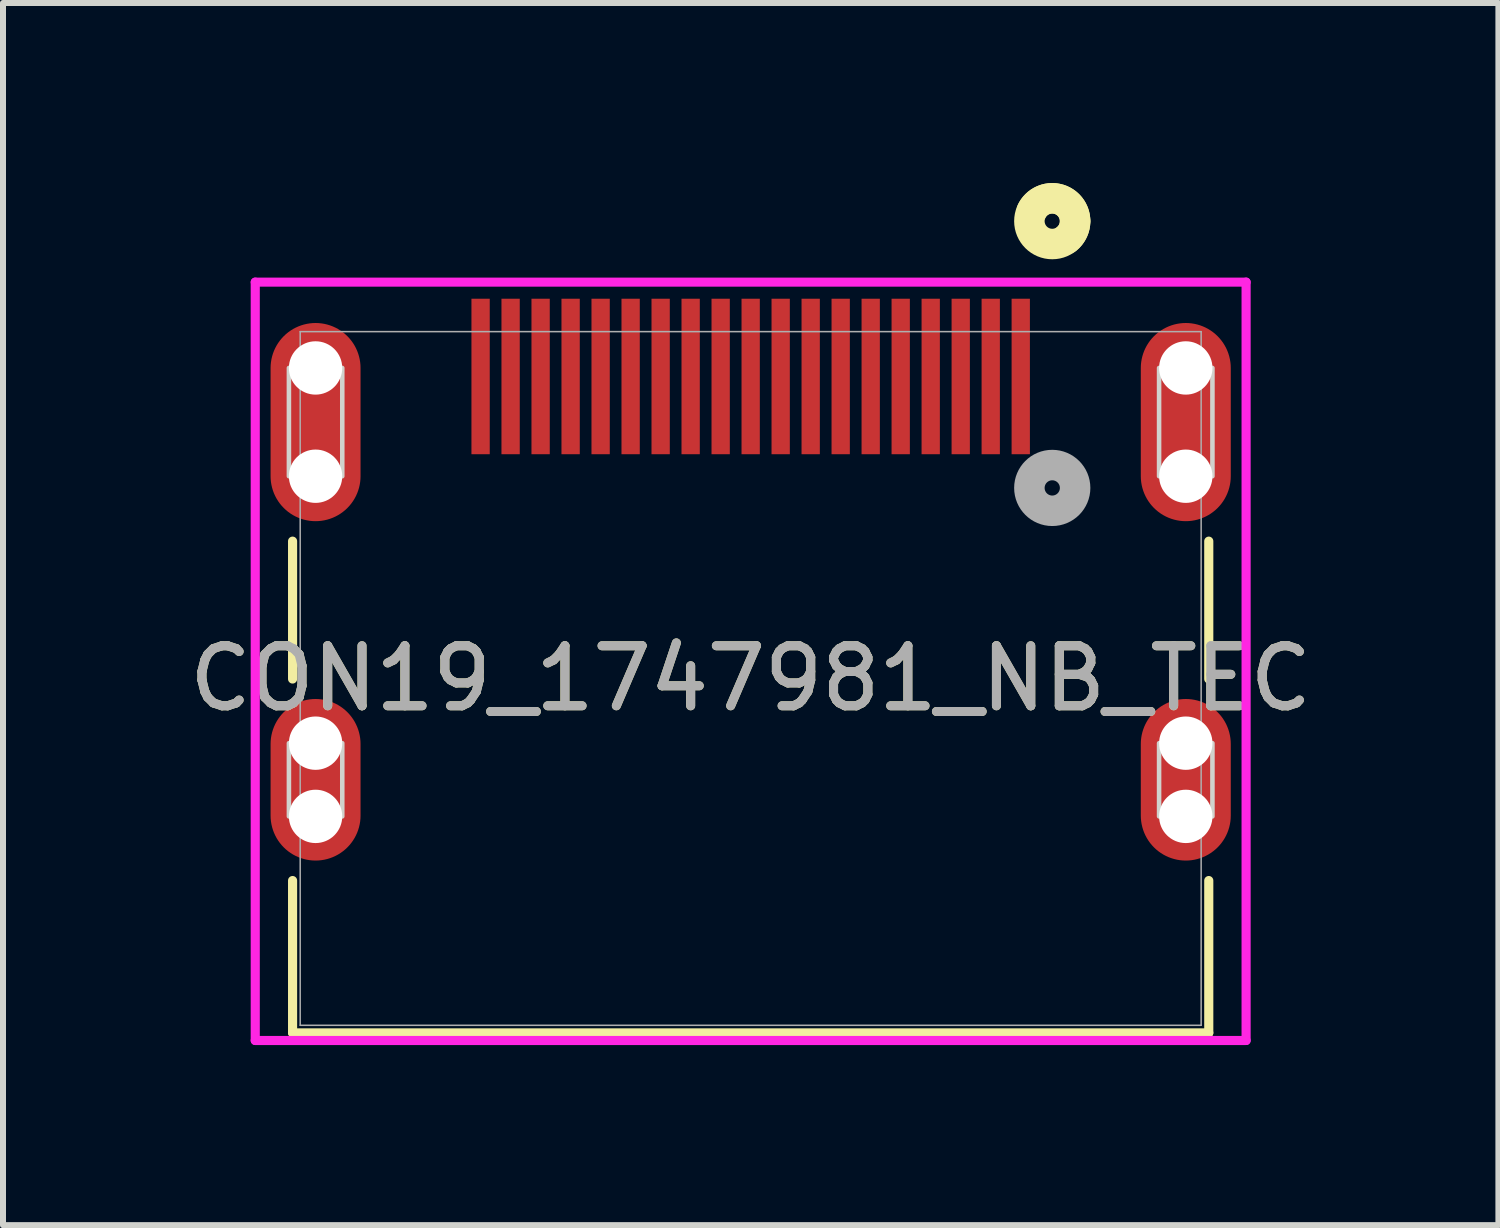
<source format=kicad_pcb>
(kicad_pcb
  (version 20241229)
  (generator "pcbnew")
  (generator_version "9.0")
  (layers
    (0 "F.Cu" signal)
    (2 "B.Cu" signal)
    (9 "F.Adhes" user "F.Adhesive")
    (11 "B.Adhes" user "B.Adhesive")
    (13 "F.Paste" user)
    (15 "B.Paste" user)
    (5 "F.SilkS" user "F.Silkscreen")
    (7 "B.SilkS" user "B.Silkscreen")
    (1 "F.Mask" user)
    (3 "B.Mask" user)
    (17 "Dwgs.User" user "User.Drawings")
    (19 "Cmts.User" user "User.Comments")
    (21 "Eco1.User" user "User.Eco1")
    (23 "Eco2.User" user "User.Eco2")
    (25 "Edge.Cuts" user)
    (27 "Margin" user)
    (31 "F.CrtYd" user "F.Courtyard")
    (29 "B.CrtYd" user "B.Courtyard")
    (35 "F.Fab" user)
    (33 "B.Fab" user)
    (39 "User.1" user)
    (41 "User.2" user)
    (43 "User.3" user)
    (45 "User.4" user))
  (footprint "CON19_1747981_NB_TEC"
    (layer "F.Cu")
    (at 9.458 8.255)
    (property "Reference" "CON19_1747981_NB_TEC" (at 0 0 0) (unlocked yes) (layer "F.SilkS") (effects (font (size 1 1) (thickness 0.15))))
    (attr smd)
    (fp_line (start -7.633 -2.288) (end -7.633 0.009) (stroke (width 0.152) (type solid)) (layer "F.SilkS"))
    (fp_line (start -7.633 3.367) (end -7.633 5.905) (stroke (width 0.152) (type solid)) (layer "F.SilkS"))
    (fp_line (start -7.633 5.905) (end 7.633 5.905) (stroke (width 0.152) (type solid)) (layer "F.SilkS"))
    (fp_line (start 7.633 0.009) (end 7.633 -2.288) (stroke (width 0.152) (type solid)) (layer "F.SilkS"))
    (fp_line (start 7.633 5.905) (end 7.633 3.367) (stroke (width 0.152) (type solid)) (layer "F.SilkS"))
    (fp_arc (start 4.683404 -7.78874) (mid 5.11164 -7.991018) (end 5.406 -7.62) (stroke (width 0.508) (type solid)) (layer "F.SilkS"))
    (fp_arc (start 5.406 -7.62) (mid 5.368967 -7.456148) (end 5.265067 -7.324148) (stroke (width 0.508) (type solid)) (layer "F.SilkS"))
    (fp_circle (center 5.025 -7.62) (end 5.406 -7.62) (stroke (width 0.508) (type solid)) (fill no) (layer "F.SilkS"))
    (fp_line (start -7.694 -5.174) (end -7.694 -3.37) (stroke (width 0.076) (type solid)) (layer "Edge.Cuts"))
    (fp_line (start -7.694 1.078) (end -7.694 2.298) (stroke (width 0.076) (type solid)) (layer "Edge.Cuts"))
    (fp_line (start -6.805 -5.174) (end -6.805 -3.37) (stroke (width 0.076) (type solid)) (layer "Edge.Cuts"))
    (fp_line (start -6.805 1.078) (end -6.805 2.298) (stroke (width 0.076) (type solid)) (layer "Edge.Cuts"))
    (fp_line (start 6.805 -5.174) (end 6.805 -3.37) (stroke (width 0.076) (type solid)) (layer "Edge.Cuts"))
    (fp_line (start 6.805 1.078) (end 6.805 2.298) (stroke (width 0.076) (type solid)) (layer "Edge.Cuts"))
    (fp_line (start 7.694 -5.174) (end 7.694 -3.37) (stroke (width 0.076) (type solid)) (layer "Edge.Cuts"))
    (fp_line (start 7.694 1.078) (end 7.694 2.298) (stroke (width 0.076) (type solid)) (layer "Edge.Cuts"))
    (fp_line (start -8.255 -6.604) (end -8.255 6.032) (stroke (width 0.152) (type solid)) (layer "F.CrtYd"))
    (fp_line (start -8.255 6.032) (end 8.255 6.032) (stroke (width 0.152) (type solid)) (layer "F.CrtYd"))
    (fp_line (start 8.255 -6.604) (end -8.255 -6.604) (stroke (width 0.152) (type solid)) (layer "F.CrtYd"))
    (fp_line (start 8.255 6.032) (end 8.255 -6.604) (stroke (width 0.152) (type solid)) (layer "F.CrtYd"))
    (fp_line (start -7.506 -5.779) (end -7.506 5.779) (stroke (width 0.025) (type solid)) (layer "F.Fab"))
    (fp_line (start -7.506 5.779) (end 7.506 5.779) (stroke (width 0.025) (type solid)) (layer "F.Fab"))
    (fp_line (start 7.506 -5.779) (end -7.506 -5.779) (stroke (width 0.025) (type solid)) (layer "F.Fab"))
    (fp_line (start 7.506 5.779) (end 7.506 -5.779) (stroke (width 0.025) (type solid)) (layer "F.Fab"))
    (fp_circle (center 5.025 -3.175) (end 5.406 -3.175) (stroke (width 0.508) (type solid)) (fill no) (layer "F.Fab"))
    (fp_text user "${REFERENCE}" (at 0 0 0) (unlocked yes) (layer "F.Fab") (effects (font (size 1 1) (thickness 0.15))))
    (pad "" np_thru_hole circle (at -7.25 -5.174) (size 0.889 0.889) (drill 0.889) (layers "*.Cu" "*.Mask"))
    (pad "" np_thru_hole circle (at -7.25 -3.37) (size 0.889 0.889) (drill 0.889) (layers "*.Cu" "*.Mask"))
    (pad "" np_thru_hole circle (at -7.25 1.078) (size 0.889 0.889) (drill 0.889) (layers "*.Cu" "*.Mask"))
    (pad "" np_thru_hole circle (at -7.25 2.298) (size 0.889 0.889) (drill 0.889) (layers "*.Cu" "*.Mask"))
    (pad "" np_thru_hole circle (at 7.25 -5.174) (size 0.889 0.889) (drill 0.889) (layers "*.Cu" "*.Mask"))
    (pad "" np_thru_hole circle (at 7.25 -3.37) (size 0.889 0.889) (drill 0.889) (layers "*.Cu" "*.Mask"))
    (pad "" np_thru_hole circle (at 7.25 1.078) (size 0.889 0.889) (drill 0.889) (layers "*.Cu" "*.Mask"))
    (pad "" np_thru_hole circle (at 7.25 2.298) (size 0.889 0.889) (drill 0.889) (layers "*.Cu" "*.Mask"))
    (pad "1" smd rect (at 4.5 -5.032) (size 0.305 2.591) (layers "F.Cu" "F.Mask" "F.Paste"))
    (pad "2" smd rect (at 4 -5.032) (size 0.305 2.591) (layers "F.Cu" "F.Mask" "F.Paste"))
    (pad "3" smd rect (at 3.5 -5.032) (size 0.305 2.591) (layers "F.Cu" "F.Mask" "F.Paste"))
    (pad "4" smd rect (at 3 -5.032) (size 0.305 2.591) (layers "F.Cu" "F.Mask" "F.Paste"))
    (pad "5" smd rect (at 2.5 -5.032) (size 0.305 2.591) (layers "F.Cu" "F.Mask" "F.Paste"))
    (pad "6" smd rect (at 2 -5.032) (size 0.305 2.591) (layers "F.Cu" "F.Mask" "F.Paste"))
    (pad "7" smd rect (at 1.5 -5.032) (size 0.305 2.591) (layers "F.Cu" "F.Mask" "F.Paste"))
    (pad "8" smd rect (at 1 -5.032) (size 0.305 2.591) (layers "F.Cu" "F.Mask" "F.Paste"))
    (pad "9" smd rect (at 0.5 -5.032) (size 0.305 2.591) (layers "F.Cu" "F.Mask" "F.Paste"))
    (pad "10" smd rect (at 0 -5.032) (size 0.305 2.591) (layers "F.Cu" "F.Mask" "F.Paste"))
    (pad "11" smd rect (at -0.5 -5.032) (size 0.305 2.591) (layers "F.Cu" "F.Mask" "F.Paste"))
    (pad "12" smd rect (at -1 -5.032) (size 0.305 2.591) (layers "F.Cu" "F.Mask" "F.Paste"))
    (pad "13" smd rect (at -1.5 -5.032) (size 0.305 2.591) (layers "F.Cu" "F.Mask" "F.Paste"))
    (pad "14" smd rect (at -2 -5.032) (size 0.305 2.591) (layers "F.Cu" "F.Mask" "F.Paste"))
    (pad "15" smd rect (at -2.5 -5.032) (size 0.305 2.591) (layers "F.Cu" "F.Mask" "F.Paste"))
    (pad "16" smd rect (at -3 -5.032) (size 0.305 2.591) (layers "F.Cu" "F.Mask" "F.Paste"))
    (pad "17" smd rect (at -3.5 -5.032) (size 0.305 2.591) (layers "F.Cu" "F.Mask" "F.Paste"))
    (pad "18" smd rect (at -4 -5.032) (size 0.305 2.591) (layers "F.Cu" "F.Mask" "F.Paste"))
    (pad "19" smd rect (at -4.5 -5.032) (size 0.305 2.591) (layers "F.Cu" "F.Mask" "F.Paste"))
    (pad "20" smd oval (at -7.25 -4.272) (size 1.499 3.302) (layers "F.Cu" "F.Mask" "F.Paste"))
    (pad "21" smd oval (at 7.25 -4.272) (size 1.499 3.302) (layers "F.Cu" "F.Mask" "F.Paste"))
    (pad "22" smd oval (at -7.25 1.688) (size 1.499 2.692) (layers "F.Cu" "F.Mask" "F.Paste"))
    (pad "23" smd oval (at 7.25 1.688) (size 1.499 2.692) (layers "F.Cu" "F.Mask" "F.Paste")))
  (gr_rect
    (start -3 -3)
    (end 21.917 17.364)
    (stroke (width 0.1) (type default))
    (fill no)
    (layer "Edge.Cuts")))
</source>
